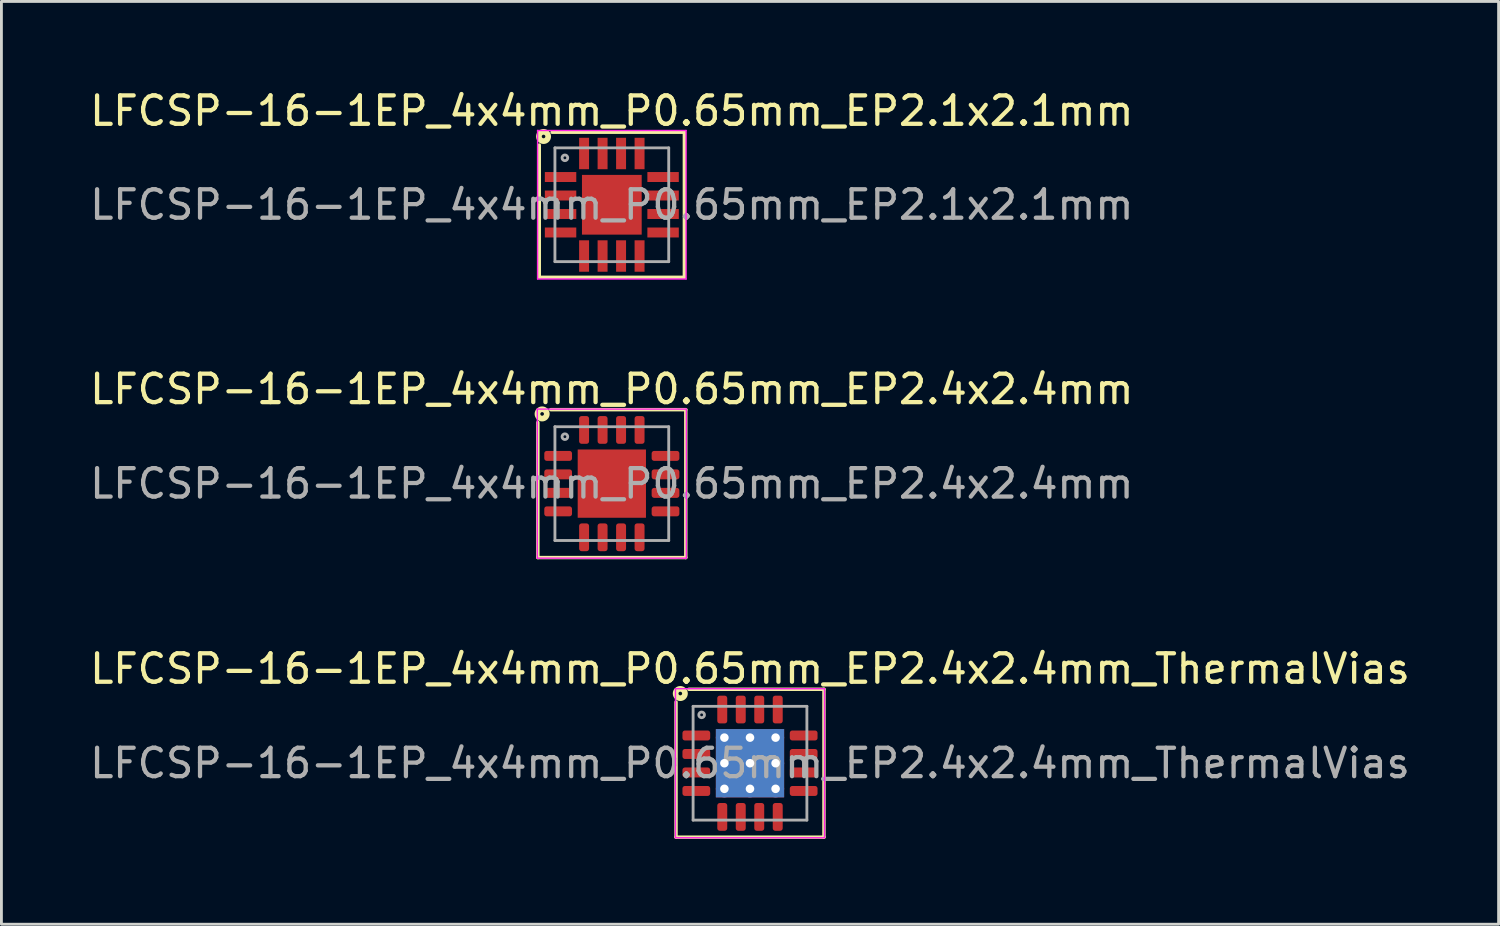
<source format=kicad_pcb>
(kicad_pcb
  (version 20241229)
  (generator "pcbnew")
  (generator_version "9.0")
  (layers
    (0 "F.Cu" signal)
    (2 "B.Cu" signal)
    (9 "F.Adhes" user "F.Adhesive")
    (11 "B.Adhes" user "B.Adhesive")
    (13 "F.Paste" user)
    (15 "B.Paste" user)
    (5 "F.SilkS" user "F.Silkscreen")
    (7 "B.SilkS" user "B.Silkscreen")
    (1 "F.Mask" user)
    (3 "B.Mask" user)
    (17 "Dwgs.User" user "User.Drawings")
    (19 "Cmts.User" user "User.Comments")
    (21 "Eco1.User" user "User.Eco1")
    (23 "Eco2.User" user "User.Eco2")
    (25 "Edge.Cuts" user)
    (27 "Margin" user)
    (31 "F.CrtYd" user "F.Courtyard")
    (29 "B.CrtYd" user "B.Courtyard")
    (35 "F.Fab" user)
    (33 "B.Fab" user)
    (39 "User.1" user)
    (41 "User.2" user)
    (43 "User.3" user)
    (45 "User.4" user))
  (footprint "LFCSP-16-1EP_4x4mm_P0.65mm_EP2.4x2.4mm_ThermalVias"
    (layer "F.Cu")
    (at 23.315 23.78)
    (property "Reference" "LFCSP-16-1EP_4x4mm_P0.65mm_EP2.4x2.4mm_ThermalVias" (at 0 -3.32 0) (layer "F.SilkS") (effects (font (size 1 1) (thickness 0.15))))
    (attr smd)
    (fp_line (start -2.6 2.6) (end -2.6 -2.15) (stroke (width 0.12) (type solid)) (layer "F.SilkS"))
    (fp_line (start 2.6 -2.6) (end -2.15 -2.6) (stroke (width 0.12) (type solid)) (layer "F.SilkS"))
    (fp_line (start 2.6 -2.6) (end 2.6 2.6) (stroke (width 0.12) (type solid)) (layer "F.SilkS"))
    (fp_line (start 2.6 2.6) (end -2.6 2.6) (stroke (width 0.12) (type solid)) (layer "F.SilkS"))
    (fp_circle (center -2.45 -2.45) (end -2.386 -2.45) (stroke (width 0.2) (type solid)) (fill no) (layer "F.SilkS"))
    (fp_line (start -2.62 -2.62) (end -2.62 2.62) (stroke (width 0.05) (type solid)) (layer "F.CrtYd"))
    (fp_line (start -2.62 2.62) (end 2.62 2.62) (stroke (width 0.05) (type solid)) (layer "F.CrtYd"))
    (fp_line (start 2.62 -2.62) (end -2.62 -2.62) (stroke (width 0.05) (type solid)) (layer "F.CrtYd"))
    (fp_line (start 2.62 2.62) (end 2.62 -2.62) (stroke (width 0.05) (type solid)) (layer "F.CrtYd"))
    (fp_line (start -2 -2) (end 2 -2) (stroke (width 0.1) (type solid)) (layer "F.Fab"))
    (fp_line (start -2 2) (end -2 -2) (stroke (width 0.1) (type solid)) (layer "F.Fab"))
    (fp_line (start 2 -2) (end 2 2) (stroke (width 0.1) (type solid)) (layer "F.Fab"))
    (fp_line (start 2 2) (end -2 2) (stroke (width 0.1) (type solid)) (layer "F.Fab"))
    (fp_circle (center -1.7 -1.7) (end -1.6 -1.7) (stroke (width 0.1) (type solid)) (fill no) (layer "F.Fab"))
    (fp_text user "${REFERENCE}" (at 0 0 0) (layer "F.Fab") (effects (font (size 1 1) (thickness 0.15))))
    (pad "" smd roundrect (at -0.6 -0.6) (size 1.04 1.04) (layers "F.Paste") (roundrect_rratio 0.24))
    (pad "" smd roundrect (at -0.6 0.6) (size 1.04 1.04) (layers "F.Paste") (roundrect_rratio 0.24))
    (pad "" smd roundrect (at 0.6 -0.6) (size 1.04 1.04) (layers "F.Paste") (roundrect_rratio 0.24))
    (pad "" smd roundrect (at 0.6 0.6) (size 1.04 1.04) (layers "F.Paste") (roundrect_rratio 0.24))
    (pad "1" smd roundrect (at -1.887 -0.975) (size 0.975 0.35) (layers "F.Cu" "F.Mask" "F.Paste") (roundrect_rratio 0.25))
    (pad "2" smd roundrect (at -1.887 -0.325) (size 0.975 0.35) (layers "F.Cu" "F.Mask" "F.Paste") (roundrect_rratio 0.25))
    (pad "3" smd roundrect (at -1.887 0.325) (size 0.975 0.35) (layers "F.Cu" "F.Mask" "F.Paste") (roundrect_rratio 0.25))
    (pad "4" smd roundrect (at -1.887 0.975) (size 0.975 0.35) (layers "F.Cu" "F.Mask" "F.Paste") (roundrect_rratio 0.25))
    (pad "5" smd roundrect (at -0.975 1.887) (size 0.35 0.975) (layers "F.Cu" "F.Mask" "F.Paste") (roundrect_rratio 0.25))
    (pad "6" smd roundrect (at -0.325 1.887) (size 0.35 0.975) (layers "F.Cu" "F.Mask" "F.Paste") (roundrect_rratio 0.25))
    (pad "7" smd roundrect (at 0.325 1.887) (size 0.35 0.975) (layers "F.Cu" "F.Mask" "F.Paste") (roundrect_rratio 0.25))
    (pad "8" smd roundrect (at 0.975 1.887) (size 0.35 0.975) (layers "F.Cu" "F.Mask" "F.Paste") (roundrect_rratio 0.25))
    (pad "9" smd roundrect (at 1.887 0.975) (size 0.975 0.35) (layers "F.Cu" "F.Mask" "F.Paste") (roundrect_rratio 0.25))
    (pad "10" smd roundrect (at 1.887 0.325) (size 0.975 0.35) (layers "F.Cu" "F.Mask" "F.Paste") (roundrect_rratio 0.25))
    (pad "11" smd roundrect (at 1.887 -0.325) (size 0.975 0.35) (layers "F.Cu" "F.Mask" "F.Paste") (roundrect_rratio 0.25))
    (pad "12" smd roundrect (at 1.887 -0.975) (size 0.975 0.35) (layers "F.Cu" "F.Mask" "F.Paste") (roundrect_rratio 0.25))
    (pad "13" smd roundrect (at 0.975 -1.887) (size 0.35 0.975) (layers "F.Cu" "F.Mask" "F.Paste") (roundrect_rratio 0.25))
    (pad "14" smd roundrect (at 0.325 -1.887) (size 0.35 0.975) (layers "F.Cu" "F.Mask" "F.Paste") (roundrect_rratio 0.25))
    (pad "15" smd roundrect (at -0.325 -1.887) (size 0.35 0.975) (layers "F.Cu" "F.Mask" "F.Paste") (roundrect_rratio 0.25))
    (pad "16" smd roundrect (at -0.975 -1.887) (size 0.35 0.975) (layers "F.Cu" "F.Mask" "F.Paste") (roundrect_rratio 0.25))
    (pad "17" thru_hole circle (at -0.9 -0.9) (size 0.6 0.6) (drill 0.3) (layers "*.Cu"))
    (pad "17" thru_hole circle (at -0.9 0) (size 0.6 0.6) (drill 0.3) (layers "*.Cu"))
    (pad "17" thru_hole circle (at -0.9 0.9) (size 0.6 0.6) (drill 0.3) (layers "*.Cu"))
    (pad "17" thru_hole circle (at 0 -0.9) (size 0.6 0.6) (drill 0.3) (layers "*.Cu"))
    (pad "17" thru_hole circle (at 0 0) (size 0.6 0.6) (drill 0.3) (layers "*.Cu"))
    (pad "17" smd rect (at 0 0) (size 2.4 2.4) (layers "F.Cu" "F.Mask"))
    (pad "17" smd rect (at 0 0) (size 2.4 2.4) (layers "B.Cu" "B.Mask"))
    (pad "17" thru_hole circle (at 0 0.9) (size 0.6 0.6) (drill 0.3) (layers "*.Cu"))
    (pad "17" thru_hole circle (at 0.9 -0.9) (size 0.6 0.6) (drill 0.3) (layers "*.Cu"))
    (pad "17" thru_hole circle (at 0.9 0) (size 0.6 0.6) (drill 0.3) (layers "*.Cu"))
    (pad "17" thru_hole circle (at 0.9 0.9) (size 0.6 0.6) (drill 0.3) (layers "*.Cu")))
  (footprint "LFCSP-16-1EP_4x4mm_P0.65mm_EP2.1x2.1mm"
    (layer "F.Cu")
    (at 18.458 4.148)
    (property "Reference" "LFCSP-16-1EP_4x4mm_P0.65mm_EP2.1x2.1mm" (at 0 -3.3 0) (layer "F.SilkS") (effects (font (size 1 1) (thickness 0.15))))
    (attr smd)
    (fp_line (start -2.55 2.55) (end -2.55 -2.1) (stroke (width 0.12) (type solid)) (layer "F.SilkS"))
    (fp_line (start 2.55 -2.55) (end -2.1 -2.55) (stroke (width 0.12) (type solid)) (layer "F.SilkS"))
    (fp_line (start 2.55 -2.55) (end 2.55 2.55) (stroke (width 0.12) (type solid)) (layer "F.SilkS"))
    (fp_line (start 2.55 2.55) (end -2.55 2.55) (stroke (width 0.12) (type solid)) (layer "F.SilkS"))
    (fp_circle (center -2.4 -2.4) (end -2.337 -2.4) (stroke (width 0.2) (type solid)) (fill no) (layer "F.SilkS"))
    (fp_line (start -2.61 -2.61) (end 2.61 -2.61) (stroke (width 0.05) (type solid)) (layer "F.CrtYd"))
    (fp_line (start -2.61 2.61) (end -2.61 -2.61) (stroke (width 0.05) (type solid)) (layer "F.CrtYd"))
    (fp_line (start 2.61 -2.61) (end 2.61 2.61) (stroke (width 0.05) (type solid)) (layer "F.CrtYd"))
    (fp_line (start 2.61 2.61) (end -2.61 2.61) (stroke (width 0.05) (type solid)) (layer "F.CrtYd"))
    (fp_line (start -2 -2) (end 2 -2) (stroke (width 0.1) (type solid)) (layer "F.Fab"))
    (fp_line (start -2 2) (end -2 -2) (stroke (width 0.1) (type solid)) (layer "F.Fab"))
    (fp_line (start 2 -2) (end 2 2) (stroke (width 0.1) (type solid)) (layer "F.Fab"))
    (fp_line (start 2 2) (end -2 2) (stroke (width 0.1) (type solid)) (layer "F.Fab"))
    (fp_circle (center -1.65 -1.65) (end -1.55 -1.65) (stroke (width 0.1) (type solid)) (fill no) (layer "F.Fab"))
    (fp_text user "${REFERENCE}" (at 0 0 0) (layer "F.Fab") (effects (font (size 1 1) (thickness 0.15))))
    (pad "" smd rect (at -0.525 -0.525) (size 0.9 0.9) (layers "F.Paste"))
    (pad "" smd rect (at -0.525 0.525) (size 0.9 0.9) (layers "F.Paste"))
    (pad "" smd rect (at 0.525 -0.525) (size 0.9 0.9) (layers "F.Paste"))
    (pad "" smd rect (at 0.525 0.525) (size 0.9 0.9) (layers "F.Paste"))
    (pad "1" smd rect (at -1.802 -0.975) (size 1.105 0.35) (layers "F.Cu" "F.Mask" "F.Paste"))
    (pad "2" smd rect (at -1.802 -0.325) (size 1.105 0.35) (layers "F.Cu" "F.Mask" "F.Paste"))
    (pad "3" smd rect (at -1.802 0.325) (size 1.105 0.35) (layers "F.Cu" "F.Mask" "F.Paste"))
    (pad "4" smd rect (at -1.802 0.975) (size 1.105 0.35) (layers "F.Cu" "F.Mask" "F.Paste"))
    (pad "5" smd rect (at -0.975 1.802) (size 0.35 1.105) (layers "F.Cu" "F.Mask" "F.Paste"))
    (pad "6" smd rect (at -0.325 1.802) (size 0.35 1.105) (layers "F.Cu" "F.Mask" "F.Paste"))
    (pad "7" smd rect (at 0.325 1.802) (size 0.35 1.105) (layers "F.Cu" "F.Mask" "F.Paste"))
    (pad "8" smd rect (at 0.975 1.802) (size 0.35 1.105) (layers "F.Cu" "F.Mask" "F.Paste"))
    (pad "9" smd rect (at 1.802 0.975) (size 1.105 0.35) (layers "F.Cu" "F.Mask" "F.Paste"))
    (pad "10" smd rect (at 1.802 0.325) (size 1.105 0.35) (layers "F.Cu" "F.Mask" "F.Paste"))
    (pad "11" smd rect (at 1.802 -0.325) (size 1.105 0.35) (layers "F.Cu" "F.Mask" "F.Paste"))
    (pad "12" smd rect (at 1.802 -0.975) (size 1.105 0.35) (layers "F.Cu" "F.Mask" "F.Paste"))
    (pad "13" smd rect (at 0.975 -1.802) (size 0.35 1.105) (layers "F.Cu" "F.Mask" "F.Paste"))
    (pad "14" smd rect (at 0.325 -1.802) (size 0.35 1.105) (layers "F.Cu" "F.Mask" "F.Paste"))
    (pad "15" smd rect (at -0.325 -1.802) (size 0.35 1.105) (layers "F.Cu" "F.Mask" "F.Paste"))
    (pad "16" smd rect (at -0.975 -1.802) (size 0.35 1.105) (layers "F.Cu" "F.Mask" "F.Paste"))
    (pad "17" smd rect (at 0 0) (size 2.1 2.1) (layers "F.Cu" "F.Mask")))
  (footprint "LFCSP-16-1EP_4x4mm_P0.65mm_EP2.4x2.4mm"
    (layer "F.Cu")
    (at 18.458 13.951)
    (property "Reference" "LFCSP-16-1EP_4x4mm_P0.65mm_EP2.4x2.4mm" (at 0 -3.32 0) (layer "F.SilkS") (effects (font (size 1 1) (thickness 0.15))))
    (attr smd)
    (fp_line (start -2.6 2.6) (end -2.6 -2.15) (stroke (width 0.12) (type solid)) (layer "F.SilkS"))
    (fp_line (start 2.6 -2.6) (end -2.15 -2.6) (stroke (width 0.12) (type solid)) (layer "F.SilkS"))
    (fp_line (start 2.6 -2.6) (end 2.6 2.6) (stroke (width 0.12) (type solid)) (layer "F.SilkS"))
    (fp_line (start 2.6 2.6) (end -2.6 2.6) (stroke (width 0.12) (type solid)) (layer "F.SilkS"))
    (fp_circle (center -2.45 -2.45) (end -2.386 -2.45) (stroke (width 0.2) (type solid)) (fill no) (layer "F.SilkS"))
    (fp_line (start -2.62 -2.62) (end -2.62 2.62) (stroke (width 0.05) (type solid)) (layer "F.CrtYd"))
    (fp_line (start -2.62 2.62) (end 2.62 2.62) (stroke (width 0.05) (type solid)) (layer "F.CrtYd"))
    (fp_line (start 2.62 -2.62) (end -2.62 -2.62) (stroke (width 0.05) (type solid)) (layer "F.CrtYd"))
    (fp_line (start 2.62 2.62) (end 2.62 -2.62) (stroke (width 0.05) (type solid)) (layer "F.CrtYd"))
    (fp_line (start -2 -2) (end 2 -2) (stroke (width 0.1) (type solid)) (layer "F.Fab"))
    (fp_line (start -2 2) (end -2 -2) (stroke (width 0.1) (type solid)) (layer "F.Fab"))
    (fp_line (start 2 -2) (end 2 2) (stroke (width 0.1) (type solid)) (layer "F.Fab"))
    (fp_line (start 2 2) (end -2 2) (stroke (width 0.1) (type solid)) (layer "F.Fab"))
    (fp_circle (center -1.65 -1.65) (end -1.55 -1.65) (stroke (width 0.1) (type solid)) (fill no) (layer "F.Fab"))
    (fp_text user "${REFERENCE}" (at 0 0 0) (layer "F.Fab") (effects (font (size 1 1) (thickness 0.15))))
    (pad "" smd roundrect (at -0.6 -0.6) (size 0.97 0.97) (layers "F.Paste") (roundrect_rratio 0.25))
    (pad "" smd roundrect (at -0.6 0.6) (size 0.97 0.97) (layers "F.Paste") (roundrect_rratio 0.25))
    (pad "" smd roundrect (at 0.6 -0.6) (size 0.97 0.97) (layers "F.Paste") (roundrect_rratio 0.25))
    (pad "" smd roundrect (at 0.6 0.6) (size 0.97 0.97) (layers "F.Paste") (roundrect_rratio 0.25))
    (pad "1" smd roundrect (at -1.887 -0.975) (size 0.975 0.35) (layers "F.Cu" "F.Mask" "F.Paste") (roundrect_rratio 0.25))
    (pad "2" smd roundrect (at -1.887 -0.325) (size 0.975 0.35) (layers "F.Cu" "F.Mask" "F.Paste") (roundrect_rratio 0.25))
    (pad "3" smd roundrect (at -1.887 0.325) (size 0.975 0.35) (layers "F.Cu" "F.Mask" "F.Paste") (roundrect_rratio 0.25))
    (pad "4" smd roundrect (at -1.887 0.975) (size 0.975 0.35) (layers "F.Cu" "F.Mask" "F.Paste") (roundrect_rratio 0.25))
    (pad "5" smd roundrect (at -0.975 1.887) (size 0.35 0.975) (layers "F.Cu" "F.Mask" "F.Paste") (roundrect_rratio 0.25))
    (pad "6" smd roundrect (at -0.325 1.887) (size 0.35 0.975) (layers "F.Cu" "F.Mask" "F.Paste") (roundrect_rratio 0.25))
    (pad "7" smd roundrect (at 0.325 1.887) (size 0.35 0.975) (layers "F.Cu" "F.Mask" "F.Paste") (roundrect_rratio 0.25))
    (pad "8" smd roundrect (at 0.975 1.887) (size 0.35 0.975) (layers "F.Cu" "F.Mask" "F.Paste") (roundrect_rratio 0.25))
    (pad "9" smd roundrect (at 1.887 0.975) (size 0.975 0.35) (layers "F.Cu" "F.Mask" "F.Paste") (roundrect_rratio 0.25))
    (pad "10" smd roundrect (at 1.887 0.325) (size 0.975 0.35) (layers "F.Cu" "F.Mask" "F.Paste") (roundrect_rratio 0.25))
    (pad "11" smd roundrect (at 1.887 -0.325) (size 0.975 0.35) (layers "F.Cu" "F.Mask" "F.Paste") (roundrect_rratio 0.25))
    (pad "12" smd roundrect (at 1.887 -0.975) (size 0.975 0.35) (layers "F.Cu" "F.Mask" "F.Paste") (roundrect_rratio 0.25))
    (pad "13" smd roundrect (at 0.975 -1.887) (size 0.35 0.975) (layers "F.Cu" "F.Mask" "F.Paste") (roundrect_rratio 0.25))
    (pad "14" smd roundrect (at 0.325 -1.887) (size 0.35 0.975) (layers "F.Cu" "F.Mask" "F.Paste") (roundrect_rratio 0.25))
    (pad "15" smd roundrect (at -0.325 -1.887) (size 0.35 0.975) (layers "F.Cu" "F.Mask" "F.Paste") (roundrect_rratio 0.25))
    (pad "16" smd roundrect (at -0.975 -1.887) (size 0.35 0.975) (layers "F.Cu" "F.Mask" "F.Paste") (roundrect_rratio 0.25))
    (pad "17" smd rect (at 0 0) (size 2.4 2.4) (layers "F.Cu" "F.Mask")))
  (gr_rect
    (start -3 -3)
    (end 49.631 29.44)
    (stroke (width 0.1) (type default))
    (fill no)
    (layer "Edge.Cuts")))
</source>
